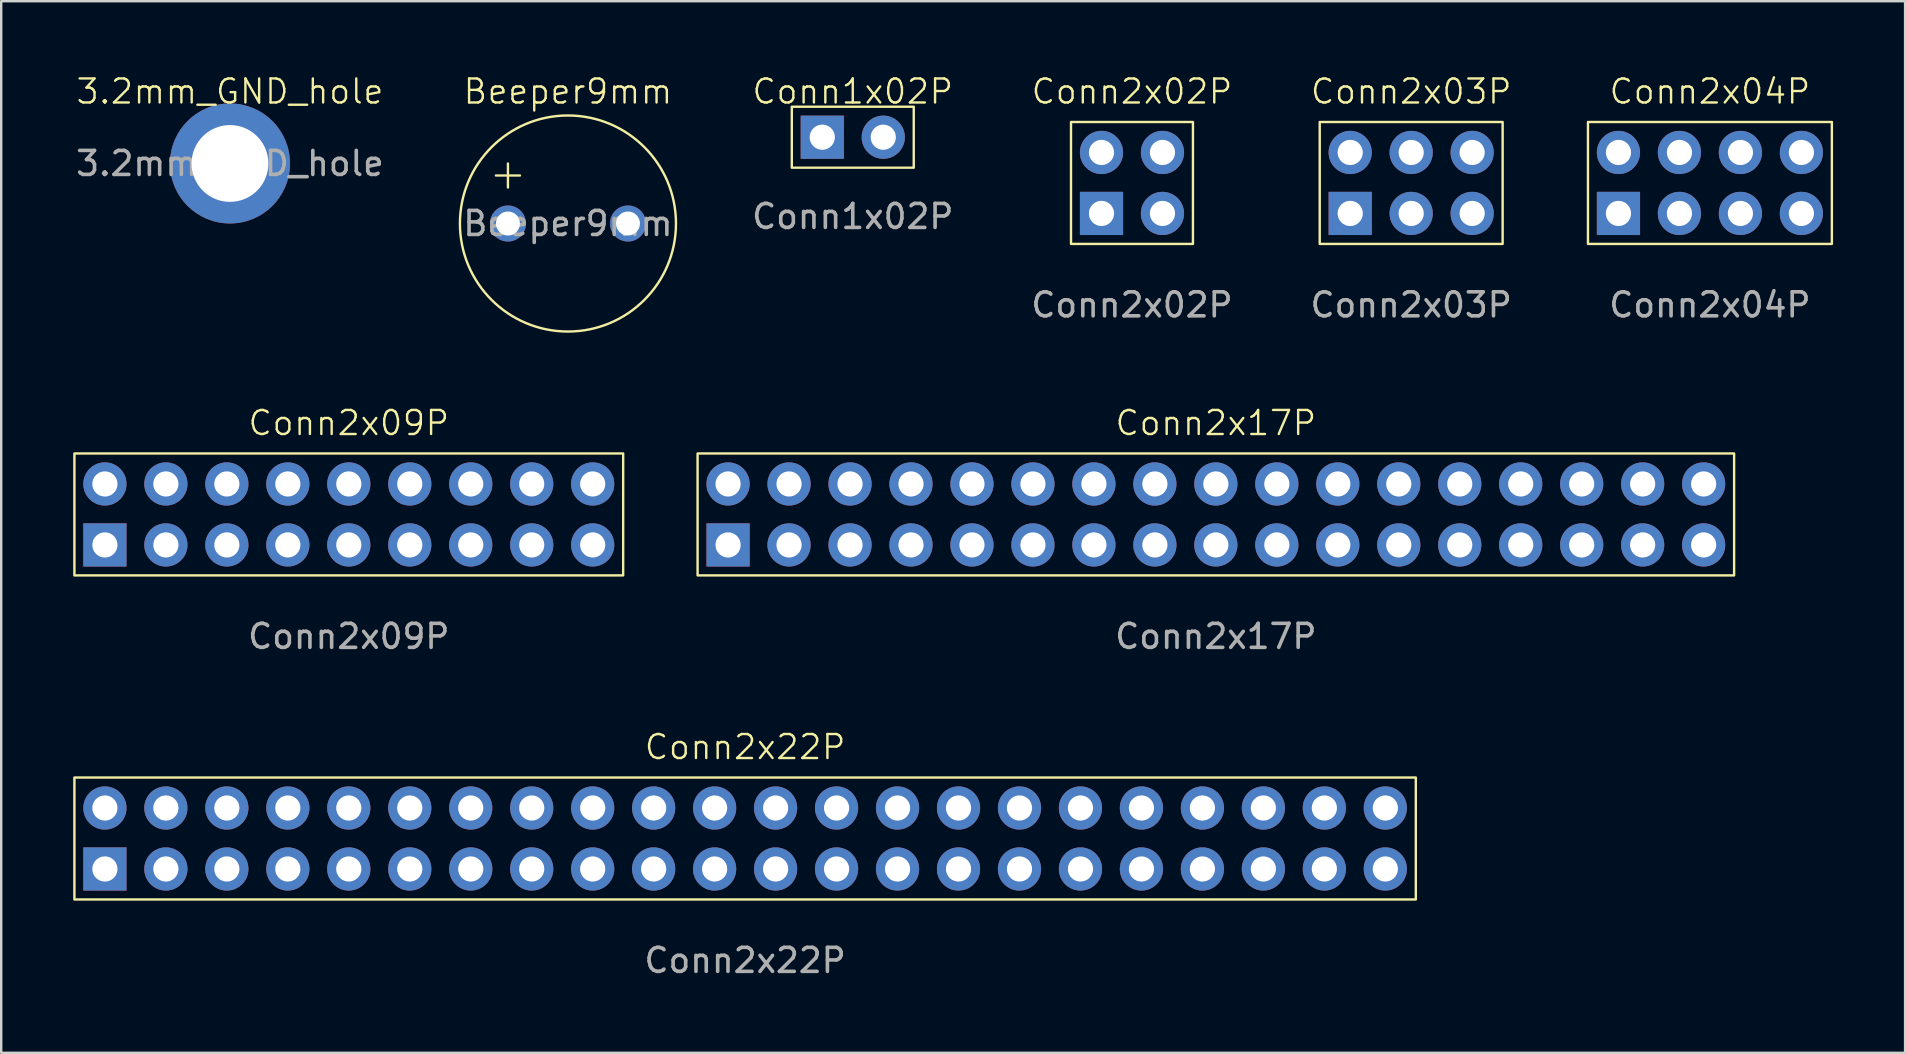
<source format=kicad_pcb>
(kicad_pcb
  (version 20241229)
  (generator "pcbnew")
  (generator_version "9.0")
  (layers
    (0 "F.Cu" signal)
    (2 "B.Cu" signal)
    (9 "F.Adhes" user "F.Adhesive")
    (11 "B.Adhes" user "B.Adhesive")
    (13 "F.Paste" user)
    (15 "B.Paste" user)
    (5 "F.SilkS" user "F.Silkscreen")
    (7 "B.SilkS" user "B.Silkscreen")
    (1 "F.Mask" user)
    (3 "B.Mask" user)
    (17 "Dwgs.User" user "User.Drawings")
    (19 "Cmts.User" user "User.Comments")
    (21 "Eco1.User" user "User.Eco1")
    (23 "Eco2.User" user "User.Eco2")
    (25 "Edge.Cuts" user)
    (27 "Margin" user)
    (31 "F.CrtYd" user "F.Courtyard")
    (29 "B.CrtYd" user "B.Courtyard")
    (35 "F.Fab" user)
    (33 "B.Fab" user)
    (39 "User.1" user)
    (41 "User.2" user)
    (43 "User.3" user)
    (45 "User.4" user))
  (footprint "Conn2x22P"
    (layer "F.Cu")
    (at 27.99 31.88)
    (property "Reference" "Conn2x22P" (at 0 -3.81 0) (unlocked yes) (layer "F.SilkS") (effects (font (size 1 1) (thickness 0.1))))
    (attr through_hole)
    (fp_rect (start -27.94 -2.54) (end 27.94 2.54) (stroke (width 0.1) (type default)) (fill no) (layer "F.SilkS"))
    (fp_text user "${REFERENCE}" (at 0 5.08 0) (unlocked yes) (layer "F.Fab") (effects (font (size 1 1) (thickness 0.15))))
    (pad "1" thru_hole rect (at -26.67 1.27) (size 1.8 1.8) (drill 1.05) (layers "*.Cu" "*.Mask"))
    (pad "2" thru_hole circle (at -26.67 -1.27) (size 1.8 1.8) (drill 1.05) (layers "*.Cu" "*.Mask"))
    (pad "3" thru_hole circle (at -24.13 1.27) (size 1.8 1.8) (drill 1.05) (layers "*.Cu" "*.Mask"))
    (pad "4" thru_hole circle (at -24.13 -1.27) (size 1.8 1.8) (drill 1.05) (layers "*.Cu" "*.Mask"))
    (pad "5" thru_hole circle (at -21.59 1.27) (size 1.8 1.8) (drill 1.05) (layers "*.Cu" "*.Mask"))
    (pad "6" thru_hole circle (at -21.59 -1.27) (size 1.8 1.8) (drill 1.05) (layers "*.Cu" "*.Mask"))
    (pad "7" thru_hole circle (at -19.05 1.27) (size 1.8 1.8) (drill 1.05) (layers "*.Cu" "*.Mask"))
    (pad "8" thru_hole circle (at -19.05 -1.27) (size 1.8 1.8) (drill 1.05) (layers "*.Cu" "*.Mask"))
    (pad "9" thru_hole circle (at -16.51 1.27) (size 1.8 1.8) (drill 1.05) (layers "*.Cu" "*.Mask"))
    (pad "10" thru_hole circle (at -16.51 -1.27) (size 1.8 1.8) (drill 1.05) (layers "*.Cu" "*.Mask"))
    (pad "11" thru_hole circle (at -13.97 1.27) (size 1.8 1.8) (drill 1.05) (layers "*.Cu" "*.Mask"))
    (pad "12" thru_hole circle (at -13.97 -1.27) (size 1.8 1.8) (drill 1.05) (layers "*.Cu" "*.Mask"))
    (pad "13" thru_hole circle (at -11.43 1.27) (size 1.8 1.8) (drill 1.05) (layers "*.Cu" "*.Mask"))
    (pad "14" thru_hole circle (at -11.43 -1.27) (size 1.8 1.8) (drill 1.05) (layers "*.Cu" "*.Mask"))
    (pad "15" thru_hole circle (at -8.89 1.27 180) (size 1.8 1.8) (drill 1.05) (layers "*.Cu" "*.Mask"))
    (pad "16" thru_hole circle (at -8.89 -1.27 180) (size 1.8 1.8) (drill 1.05) (layers "*.Cu" "*.Mask"))
    (pad "17" thru_hole circle (at -6.35 1.27 180) (size 1.8 1.8) (drill 1.05) (layers "*.Cu" "*.Mask"))
    (pad "18" thru_hole circle (at -6.35 -1.27 270) (size 1.8 1.8) (drill 1.05) (layers "*.Cu" "*.Mask"))
    (pad "19" thru_hole circle (at -3.81 1.27 180) (size 1.8 1.8) (drill 1.05) (layers "*.Cu" "*.Mask"))
    (pad "20" thru_hole circle (at -3.81 -1.27 180) (size 1.8 1.8) (drill 1.05) (layers "*.Cu" "*.Mask"))
    (pad "21" thru_hole circle (at -1.27 1.27 180) (size 1.8 1.8) (drill 1.05) (layers "*.Cu" "*.Mask"))
    (pad "22" thru_hole circle (at -1.27 -1.27 180) (size 1.8 1.8) (drill 1.05) (layers "*.Cu" "*.Mask"))
    (pad "23" thru_hole circle (at 1.27 1.27 180) (size 1.8 1.8) (drill 1.05) (layers "*.Cu" "*.Mask"))
    (pad "24" thru_hole circle (at 1.27 -1.27 180) (size 1.8 1.8) (drill 1.05) (layers "*.Cu" "*.Mask"))
    (pad "25" thru_hole circle (at 3.81 1.27 180) (size 1.8 1.8) (drill 1.05) (layers "*.Cu" "*.Mask"))
    (pad "26" thru_hole circle (at 3.81 -1.27 180) (size 1.8 1.8) (drill 1.05) (layers "*.Cu" "*.Mask"))
    (pad "27" thru_hole circle (at 6.35 1.27 180) (size 1.8 1.8) (drill 1.05) (layers "*.Cu" "*.Mask"))
    (pad "28" thru_hole circle (at 6.35 -1.27 180) (size 1.8 1.8) (drill 1.05) (layers "*.Cu" "*.Mask"))
    (pad "29" thru_hole circle (at 8.89 1.27 180) (size 1.8 1.8) (drill 1.05) (layers "*.Cu" "*.Mask"))
    (pad "30" thru_hole circle (at 8.89 -1.27 180) (size 1.8 1.8) (drill 1.05) (layers "*.Cu" "*.Mask"))
    (pad "31" thru_hole circle (at 11.43 1.27 180) (size 1.8 1.8) (drill 1.05) (layers "*.Cu" "*.Mask"))
    (pad "32" thru_hole circle (at 11.43 -1.27 180) (size 1.8 1.8) (drill 1.05) (layers "*.Cu" "*.Mask"))
    (pad "33" thru_hole circle (at 13.97 1.27 180) (size 1.8 1.8) (drill 1.05) (layers "*.Cu" "*.Mask"))
    (pad "34" thru_hole circle (at 13.97 -1.27 180) (size 1.8 1.8) (drill 1.05) (layers "*.Cu" "*.Mask"))
    (pad "35" thru_hole circle (at 16.51 1.27 180) (size 1.8 1.8) (drill 1.05) (layers "*.Cu" "*.Mask"))
    (pad "36" thru_hole circle (at 16.51 -1.27 180) (size 1.8 1.8) (drill 1.05) (layers "*.Cu" "*.Mask"))
    (pad "37" thru_hole circle (at 19.05 1.27 180) (size 1.8 1.8) (drill 1.05) (layers "*.Cu" "*.Mask"))
    (pad "38" thru_hole circle (at 19.05 -1.27 270) (size 1.8 1.8) (drill 1.05) (layers "*.Cu" "*.Mask"))
    (pad "39" thru_hole circle (at 21.59 1.27 180) (size 1.8 1.8) (drill 1.05) (layers "*.Cu" "*.Mask"))
    (pad "40" thru_hole circle (at 21.59 -1.27 180) (size 1.8 1.8) (drill 1.05) (layers "*.Cu" "*.Mask"))
    (pad "41" thru_hole circle (at 24.13 1.27 180) (size 1.8 1.8) (drill 1.05) (layers "*.Cu" "*.Mask"))
    (pad "42" thru_hole circle (at 24.13 -1.27 180) (size 1.8 1.8) (drill 1.05) (layers "*.Cu" "*.Mask"))
    (pad "43" thru_hole circle (at 26.67 1.27 180) (size 1.8 1.8) (drill 1.05) (layers "*.Cu" "*.Mask"))
    (pad "44" thru_hole circle (at 26.67 -1.27 180) (size 1.8 1.8) (drill 1.05) (layers "*.Cu" "*.Mask")))
  (footprint "Conn2x04P"
    (layer "F.Cu")
    (at 68.182 4.571)
    (property "Reference" "Conn2x04P" (at 0 -3.81 0) (unlocked yes) (layer "F.SilkS") (effects (font (size 1 1) (thickness 0.1))))
    (attr through_hole)
    (fp_rect (start -5.08 -2.54) (end 5.08 2.54) (stroke (width 0.1) (type default)) (fill no) (layer "F.SilkS"))
    (fp_text user "${REFERENCE}" (at 0 5.08 0) (unlocked yes) (layer "F.Fab") (effects (font (size 1 1) (thickness 0.15))))
    (pad "1" thru_hole rect (at -3.81 1.27) (size 1.8 1.8) (drill 1.05) (layers "*.Cu" "*.Mask"))
    (pad "2" thru_hole circle (at -3.81 -1.27) (size 1.8 1.8) (drill 1.05) (layers "*.Cu" "*.Mask"))
    (pad "3" thru_hole circle (at -1.27 1.27) (size 1.8 1.8) (drill 1.05) (layers "*.Cu" "*.Mask"))
    (pad "4" thru_hole circle (at -1.27 -1.27) (size 1.8 1.8) (drill 1.05) (layers "*.Cu" "*.Mask"))
    (pad "5" thru_hole circle (at 1.27 1.27) (size 1.8 1.8) (drill 1.05) (layers "*.Cu" "*.Mask"))
    (pad "6" thru_hole circle (at 1.27 -1.27) (size 1.8 1.8) (drill 1.05) (layers "*.Cu" "*.Mask"))
    (pad "7" thru_hole circle (at 3.81 1.27) (size 1.8 1.8) (drill 1.05) (layers "*.Cu" "*.Mask"))
    (pad "8" thru_hole circle (at 3.81 -1.27) (size 1.8 1.8) (drill 1.05) (layers "*.Cu" "*.Mask")))
  (footprint "Conn2x02P"
    (layer "F.Cu")
    (at 44.106 4.571)
    (property "Reference" "Conn2x02P" (at 0 -3.81 0) (unlocked yes) (layer "F.SilkS") (effects (font (size 1 1) (thickness 0.1))))
    (attr through_hole)
    (fp_rect (start -2.54 -2.54) (end 2.54 2.54) (stroke (width 0.1) (type default)) (fill no) (layer "F.SilkS"))
    (fp_text user "${REFERENCE}" (at 0 5.08 0) (unlocked yes) (layer "F.Fab") (effects (font (size 1 1) (thickness 0.15))))
    (pad "1" thru_hole rect (at -1.27 1.27) (size 1.8 1.8) (drill 1.05) (layers "*.Cu" "*.Mask"))
    (pad "2" thru_hole circle (at -1.27 -1.27) (size 1.8 1.8) (drill 1.05) (layers "*.Cu" "*.Mask"))
    (pad "3" thru_hole circle (at 1.27 1.27) (size 1.8 1.8) (drill 1.05) (layers "*.Cu" "*.Mask"))
    (pad "4" thru_hole circle (at 1.27 -1.27) (size 1.8 1.8) (drill 1.05) (layers "*.Cu" "*.Mask")))
  (footprint "Conn2x09P"
    (layer "F.Cu")
    (at 11.48 18.381)
    (property "Reference" "Conn2x09P" (at 0 -3.81 0) (unlocked yes) (layer "F.SilkS") (effects (font (size 1 1) (thickness 0.1))))
    (attr through_hole)
    (fp_rect (start -11.43 -2.54) (end 11.43 2.54) (stroke (width 0.1) (type default)) (fill no) (layer "F.SilkS"))
    (fp_text user "${REFERENCE}" (at 0 5.08 0) (unlocked yes) (layer "F.Fab") (effects (font (size 1 1) (thickness 0.15))))
    (pad "1" thru_hole rect (at -10.16 1.27) (size 1.8 1.8) (drill 1.05) (layers "*.Cu" "*.Mask"))
    (pad "2" thru_hole circle (at -10.16 -1.27) (size 1.8 1.8) (drill 1.05) (layers "*.Cu" "*.Mask"))
    (pad "3" thru_hole circle (at -7.62 1.27) (size 1.8 1.8) (drill 1.05) (layers "*.Cu" "*.Mask"))
    (pad "4" thru_hole circle (at -7.62 -1.27) (size 1.8 1.8) (drill 1.05) (layers "*.Cu" "*.Mask"))
    (pad "5" thru_hole circle (at -5.08 1.27) (size 1.8 1.8) (drill 1.05) (layers "*.Cu" "*.Mask"))
    (pad "6" thru_hole circle (at -5.08 -1.27) (size 1.8 1.8) (drill 1.05) (layers "*.Cu" "*.Mask"))
    (pad "7" thru_hole circle (at -2.54 1.27) (size 1.8 1.8) (drill 1.05) (layers "*.Cu" "*.Mask"))
    (pad "8" thru_hole circle (at -2.54 -1.27) (size 1.8 1.8) (drill 1.05) (layers "*.Cu" "*.Mask"))
    (pad "9" thru_hole circle (at 0 1.27) (size 1.8 1.8) (drill 1.05) (layers "*.Cu" "*.Mask"))
    (pad "10" thru_hole circle (at 0 -1.27) (size 1.8 1.8) (drill 1.05) (layers "*.Cu" "*.Mask"))
    (pad "11" thru_hole circle (at 2.54 1.27) (size 1.8 1.8) (drill 1.05) (layers "*.Cu" "*.Mask"))
    (pad "12" thru_hole circle (at 2.54 -1.27) (size 1.8 1.8) (drill 1.05) (layers "*.Cu" "*.Mask"))
    (pad "13" thru_hole circle (at 5.08 1.27) (size 1.8 1.8) (drill 1.05) (layers "*.Cu" "*.Mask"))
    (pad "14" thru_hole circle (at 5.08 -1.27) (size 1.8 1.8) (drill 1.05) (layers "*.Cu" "*.Mask"))
    (pad "15" thru_hole circle (at 7.62 1.27 180) (size 1.8 1.8) (drill 1.05) (layers "*.Cu" "*.Mask"))
    (pad "16" thru_hole circle (at 7.62 -1.27 180) (size 1.8 1.8) (drill 1.05) (layers "*.Cu" "*.Mask"))
    (pad "17" thru_hole circle (at 10.16 1.27 180) (size 1.8 1.8) (drill 1.05) (layers "*.Cu" "*.Mask"))
    (pad "18" thru_hole circle (at 10.16 -1.27 270) (size 1.8 1.8) (drill 1.05) (layers "*.Cu" "*.Mask")))
  (footprint "Conn2x03P"
    (layer "F.Cu")
    (at 55.737 4.571)
    (property "Reference" "Conn2x03P" (at 0 -3.81 0) (unlocked yes) (layer "F.SilkS") (effects (font (size 1 1) (thickness 0.1))))
    (attr through_hole)
    (fp_rect (start -3.81 -2.54) (end 3.81 2.54) (stroke (width 0.1) (type default)) (fill no) (layer "F.SilkS"))
    (fp_text user "${REFERENCE}" (at 0 5.08 0) (unlocked yes) (layer "F.Fab") (effects (font (size 1 1) (thickness 0.15))))
    (pad "1" thru_hole rect (at -2.54 1.27) (size 1.8 1.8) (drill 1.05) (layers "*.Cu" "*.Mask"))
    (pad "2" thru_hole circle (at -2.54 -1.27) (size 1.8 1.8) (drill 1.05) (layers "*.Cu" "*.Mask"))
    (pad "3" thru_hole circle (at 0 1.27) (size 1.8 1.8) (drill 1.05) (layers "*.Cu" "*.Mask"))
    (pad "4" thru_hole circle (at 0 -1.27) (size 1.8 1.8) (drill 1.05) (layers "*.Cu" "*.Mask"))
    (pad "5" thru_hole circle (at 2.54 1.27) (size 1.8 1.8) (drill 1.05) (layers "*.Cu" "*.Mask"))
    (pad "6" thru_hole circle (at 2.54 -1.27) (size 1.8 1.8) (drill 1.05) (layers "*.Cu" "*.Mask")))
  (footprint "3.2mm_GND_hole"
    (layer "F.Cu")
    (at 6.53 3.76)
    (property "Reference" "3.2mm_GND_hole" (at 0 -3 0) (unlocked yes) (layer "F.SilkS") (effects (font (size 1 1) (thickness 0.1))))
    (attr through_hole)
    (fp_text user "${REFERENCE}" (at 0 0 0) (unlocked yes) (layer "F.Fab") (effects (font (size 1 1) (thickness 0.15))))
    (pad "1" thru_hole circle (at 0 0) (size 5 5) (drill 3.2) (layers "*.Cu" "*.Mask")))
  (footprint "Conn1x02P"
    (layer "F.Cu")
    (at 32.475 2.666)
    (property "Reference" "Conn1x02P" (at 0 -1.905 0) (unlocked yes) (layer "F.SilkS") (effects (font (size 1 1) (thickness 0.1))))
    (attr through_hole)
    (fp_rect (start -2.54 -1.27) (end 2.54 1.27) (stroke (width 0.1) (type default)) (fill no) (layer "F.SilkS"))
    (fp_text user "${REFERENCE}" (at 0 3.302 0) (unlocked yes) (layer "F.Fab") (effects (font (size 1 1) (thickness 0.15))))
    (pad "1" thru_hole rect (at -1.27 0 270) (size 1.8 1.8) (drill 1.05) (layers "*.Cu" "*.Mask"))
    (pad "2" thru_hole circle (at 1.27 0 270) (size 1.8 1.8) (drill 1.05) (layers "*.Cu" "*.Mask")))
  (footprint "Beeper9mm"
    (layer "F.Cu")
    (at 20.61 6.261)
    (property "Reference" "Beeper9mm" (at 0 -5.5 0) (unlocked yes) (layer "F.SilkS") (effects (font (size 1 1) (thickness 0.1))))
    (attr through_hole)
    (fp_line (start -3 -2) (end -2 -2) (stroke (width 0.1) (type default)) (layer "F.SilkS"))
    (fp_line (start -2.5 -2.5) (end -2.5 -1.5) (stroke (width 0.1) (type default)) (layer "F.SilkS"))
    (fp_circle (center 0 0) (end -4.5 0) (stroke (width 0.1) (type default)) (fill no) (layer "F.SilkS"))
    (fp_text user "${REFERENCE}" (at 0 0 0) (unlocked yes) (layer "F.Fab") (effects (font (size 1 1) (thickness 0.15))))
    (pad "1" thru_hole circle (at -2.5 0) (size 1.5 1.5) (drill 1) (layers "*.Cu" "*.Mask"))
    (pad "2" thru_hole circle (at 2.5 0) (size 1.5 1.5) (drill 1) (layers "*.Cu" "*.Mask")))
  (footprint "Conn2x17P"
    (layer "F.Cu")
    (at 47.6 18.381)
    (property "Reference" "Conn2x17P" (at 0 -3.81 0) (unlocked yes) (layer "F.SilkS") (effects (font (size 1 1) (thickness 0.1))))
    (attr through_hole)
    (fp_rect (start -21.59 -2.54) (end 21.59 2.54) (stroke (width 0.1) (type default)) (fill no) (layer "F.SilkS"))
    (fp_text user "${REFERENCE}" (at 0 5.08 0) (unlocked yes) (layer "F.Fab") (effects (font (size 1 1) (thickness 0.15))))
    (pad "1" thru_hole rect (at -20.32 1.27) (size 1.8 1.8) (drill 1.05) (layers "*.Cu" "*.Mask"))
    (pad "2" thru_hole circle (at -20.32 -1.27) (size 1.8 1.8) (drill 1.05) (layers "*.Cu" "*.Mask"))
    (pad "3" thru_hole circle (at -17.78 1.27) (size 1.8 1.8) (drill 1.05) (layers "*.Cu" "*.Mask"))
    (pad "4" thru_hole circle (at -17.78 -1.27) (size 1.8 1.8) (drill 1.05) (layers "*.Cu" "*.Mask"))
    (pad "5" thru_hole circle (at -15.24 1.27) (size 1.8 1.8) (drill 1.05) (layers "*.Cu" "*.Mask"))
    (pad "6" thru_hole circle (at -15.24 -1.27) (size 1.8 1.8) (drill 1.05) (layers "*.Cu" "*.Mask"))
    (pad "7" thru_hole circle (at -12.7 1.27) (size 1.8 1.8) (drill 1.05) (layers "*.Cu" "*.Mask"))
    (pad "8" thru_hole circle (at -12.7 -1.27) (size 1.8 1.8) (drill 1.05) (layers "*.Cu" "*.Mask"))
    (pad "9" thru_hole circle (at -10.16 1.27) (size 1.8 1.8) (drill 1.05) (layers "*.Cu" "*.Mask"))
    (pad "10" thru_hole circle (at -10.16 -1.27) (size 1.8 1.8) (drill 1.05) (layers "*.Cu" "*.Mask"))
    (pad "11" thru_hole circle (at -7.62 1.27) (size 1.8 1.8) (drill 1.05) (layers "*.Cu" "*.Mask"))
    (pad "12" thru_hole circle (at -7.62 -1.27) (size 1.8 1.8) (drill 1.05) (layers "*.Cu" "*.Mask"))
    (pad "13" thru_hole circle (at -5.08 1.27) (size 1.8 1.8) (drill 1.05) (layers "*.Cu" "*.Mask"))
    (pad "14" thru_hole circle (at -5.08 -1.27) (size 1.8 1.8) (drill 1.05) (layers "*.Cu" "*.Mask"))
    (pad "15" thru_hole circle (at -2.54 1.27 180) (size 1.8 1.8) (drill 1.05) (layers "*.Cu" "*.Mask"))
    (pad "16" thru_hole circle (at -2.54 -1.27 180) (size 1.8 1.8) (drill 1.05) (layers "*.Cu" "*.Mask"))
    (pad "17" thru_hole circle (at 0 1.27 180) (size 1.8 1.8) (drill 1.05) (layers "*.Cu" "*.Mask"))
    (pad "18" thru_hole circle (at 0 -1.27 270) (size 1.8 1.8) (drill 1.05) (layers "*.Cu" "*.Mask"))
    (pad "19" thru_hole circle (at 2.54 1.27 180) (size 1.8 1.8) (drill 1.05) (layers "*.Cu" "*.Mask"))
    (pad "20" thru_hole circle (at 2.54 -1.27 180) (size 1.8 1.8) (drill 1.05) (layers "*.Cu" "*.Mask"))
    (pad "21" thru_hole circle (at 5.08 1.27 180) (size 1.8 1.8) (drill 1.05) (layers "*.Cu" "*.Mask"))
    (pad "22" thru_hole circle (at 5.08 -1.27 180) (size 1.8 1.8) (drill 1.05) (layers "*.Cu" "*.Mask"))
    (pad "23" thru_hole circle (at 7.62 1.27 180) (size 1.8 1.8) (drill 1.05) (layers "*.Cu" "*.Mask"))
    (pad "24" thru_hole circle (at 7.62 -1.27 180) (size 1.8 1.8) (drill 1.05) (layers "*.Cu" "*.Mask"))
    (pad "25" thru_hole circle (at 10.16 1.27 180) (size 1.8 1.8) (drill 1.05) (layers "*.Cu" "*.Mask"))
    (pad "26" thru_hole circle (at 10.16 -1.27 180) (size 1.8 1.8) (drill 1.05) (layers "*.Cu" "*.Mask"))
    (pad "27" thru_hole circle (at 12.7 1.27 180) (size 1.8 1.8) (drill 1.05) (layers "*.Cu" "*.Mask"))
    (pad "28" thru_hole circle (at 12.7 -1.27 180) (size 1.8 1.8) (drill 1.05) (layers "*.Cu" "*.Mask"))
    (pad "29" thru_hole circle (at 15.24 1.27 180) (size 1.8 1.8) (drill 1.05) (layers "*.Cu" "*.Mask"))
    (pad "30" thru_hole circle (at 15.24 -1.27 180) (size 1.8 1.8) (drill 1.05) (layers "*.Cu" "*.Mask"))
    (pad "31" thru_hole circle (at 17.78 1.27 180) (size 1.8 1.8) (drill 1.05) (layers "*.Cu" "*.Mask"))
    (pad "32" thru_hole circle (at 17.78 -1.27 180) (size 1.8 1.8) (drill 1.05) (layers "*.Cu" "*.Mask"))
    (pad "33" thru_hole circle (at 20.32 1.27 180) (size 1.8 1.8) (drill 1.05) (layers "*.Cu" "*.Mask"))
    (pad "34" thru_hole circle (at 20.32 -1.27 180) (size 1.8 1.8) (drill 1.05) (layers "*.Cu" "*.Mask")))
  (gr_rect
    (start -3 -3)
    (end 76.312 40.808)
    (stroke (width 0.1) (type default))
    (fill no)
    (layer "Edge.Cuts")))
</source>
